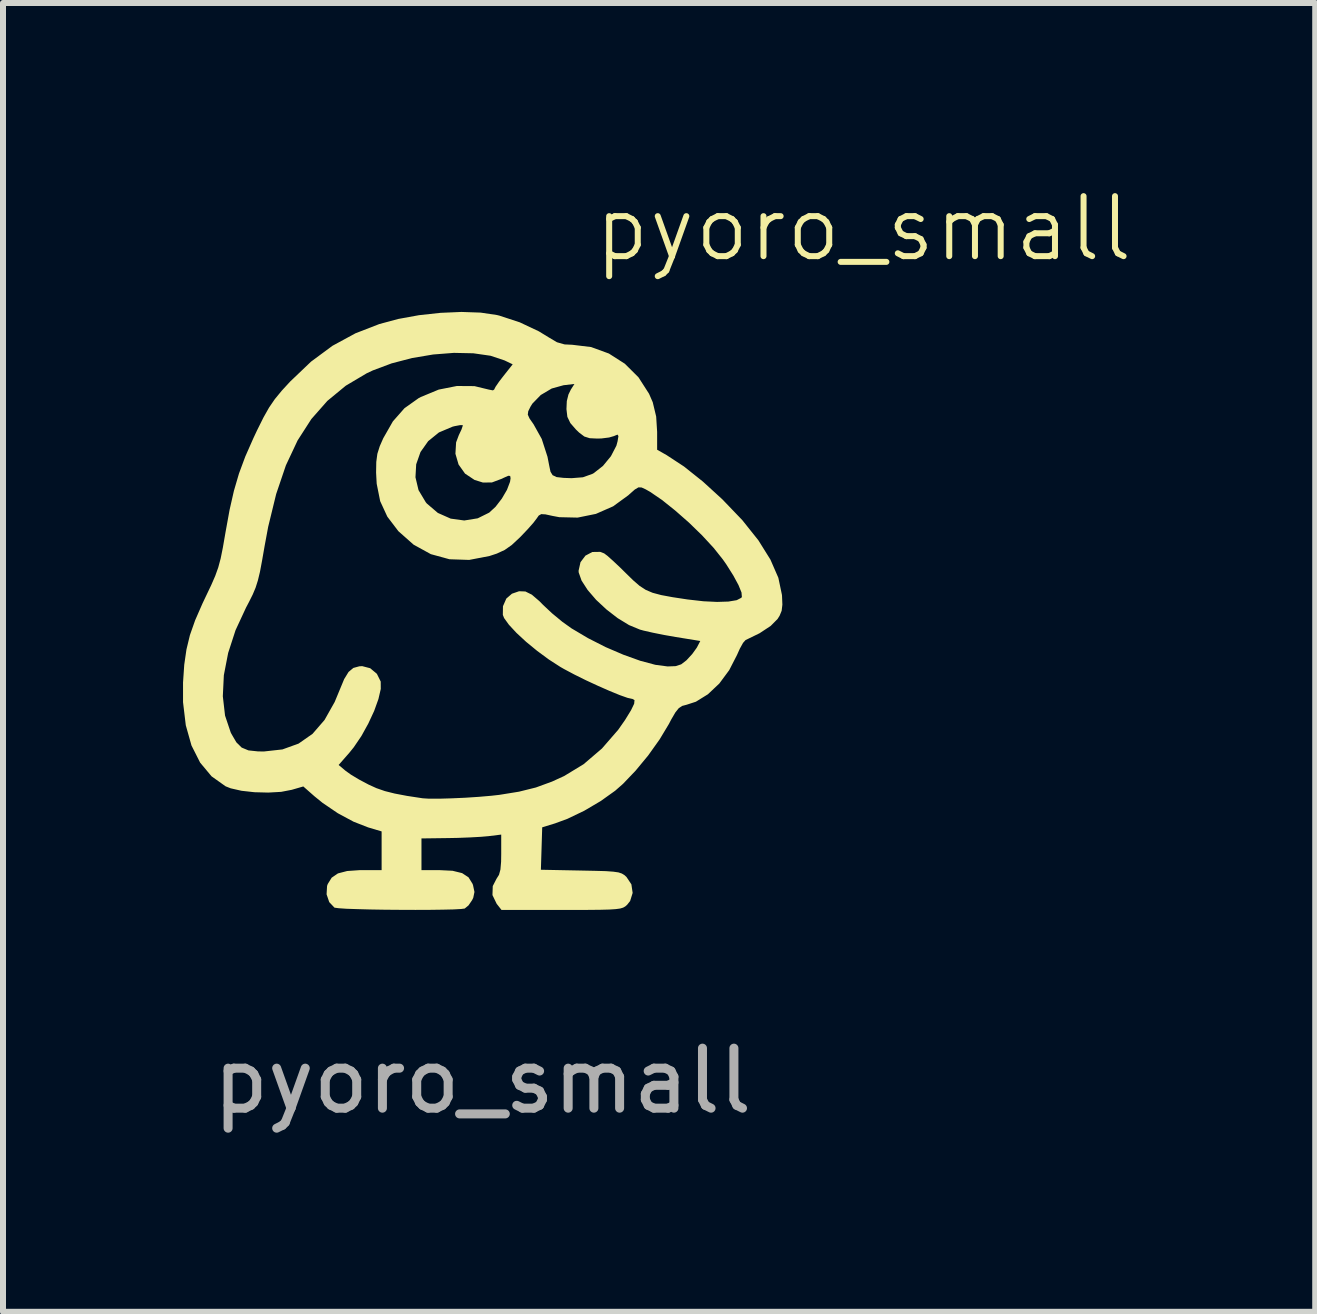
<source format=kicad_pcb>
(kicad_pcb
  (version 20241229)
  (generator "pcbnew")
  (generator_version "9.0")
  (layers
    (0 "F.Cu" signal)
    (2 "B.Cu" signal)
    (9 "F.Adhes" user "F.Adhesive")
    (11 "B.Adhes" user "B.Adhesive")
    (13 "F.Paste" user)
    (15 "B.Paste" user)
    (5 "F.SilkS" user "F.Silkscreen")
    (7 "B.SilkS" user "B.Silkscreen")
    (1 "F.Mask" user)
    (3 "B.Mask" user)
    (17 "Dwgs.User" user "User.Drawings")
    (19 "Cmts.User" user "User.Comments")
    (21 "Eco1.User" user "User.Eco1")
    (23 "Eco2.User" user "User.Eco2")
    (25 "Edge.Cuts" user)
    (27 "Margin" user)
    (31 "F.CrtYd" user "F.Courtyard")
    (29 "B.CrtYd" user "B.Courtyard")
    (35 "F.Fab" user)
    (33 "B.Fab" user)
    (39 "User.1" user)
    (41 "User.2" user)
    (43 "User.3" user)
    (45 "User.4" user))
  (footprint "pyoro_small"
    (layer "F.Cu")
    (at 4.989 7.111)
    (property "Reference" "pyoro_small" (at 6.35 -6.35 0) (unlocked yes) (layer "F.SilkS") (effects (font (size 1 1) (thickness 0.1))))
    (attr smd)
    (fp_poly (pts (xy -0.031 -4.952) (xy 0.24 -4.912) (xy 0.281 -4.902) (xy 0.622 -4.79) (xy 0.94 -4.64) (xy 1.11 -4.536) (xy 1.242 -4.458) (xy 1.368 -4.422) (xy 1.496 -4.416) (xy 1.811 -4.378) (xy 2.107 -4.27) (xy 2.373 -4.1) (xy 2.6 -3.874) (xy 2.776 -3.6) (xy 2.838 -3.458) (xy 2.895 -3.22) (xy 2.911 -2.965) (xy 2.911 -2.667) (xy 3.068 -2.578) (xy 3.358 -2.388) (xy 3.674 -2.136) (xy 3.997 -1.841) (xy 4.33 -1.494) (xy 4.598 -1.158) (xy 4.799 -0.836) (xy 4.931 -0.533) (xy 4.99 -0.252) (xy 4.992 -0.234) (xy 4.998 -0.085) (xy 4.986 0.016) (xy 4.952 0.099) (xy 4.918 0.153) (xy 4.803 0.269) (xy 4.618 0.391) (xy 4.384 0.505) (xy 4.343 0.551) (xy 4.289 0.648) (xy 4.242 0.753) (xy 4.112 1.006) (xy 3.947 1.229) (xy 3.757 1.408) (xy 3.557 1.532) (xy 3.4 1.583) (xy 3.328 1.602) (xy 3.272 1.639) (xy 3.215 1.71) (xy 3.145 1.83) (xy 3.107 1.903) (xy 2.953 2.159) (xy 2.763 2.426) (xy 2.553 2.68) (xy 2.343 2.9) (xy 2.212 3.015) (xy 1.971 3.187) (xy 1.696 3.349) (xy 1.417 3.483) (xy 1.211 3.559) (xy 0.996 3.625) (xy 0.985 3.979) (xy 0.974 4.332) (xy 1.637 4.345) (xy 1.88 4.35) (xy 2.057 4.355) (xy 2.181 4.364) (xy 2.266 4.376) (xy 2.323 4.395) (xy 2.366 4.421) (xy 2.4 4.452) (xy 2.482 4.575) (xy 2.503 4.718) (xy 2.461 4.853) (xy 2.41 4.917) (xy 2.38 4.943) (xy 2.345 4.963) (xy 2.295 4.978) (xy 2.221 4.988) (xy 2.113 4.995) (xy 1.961 4.999) (xy 1.755 5.001) (xy 1.486 5.002) (xy 1.319 5.002) (xy 0.318 5.002) (xy 0.237 4.899) (xy 0.167 4.754) (xy 0.172 4.604) (xy 0.234 4.483) (xy 0.276 4.416) (xy 0.3 4.328) (xy 0.311 4.2) (xy 0.313 4.065) (xy 0.313 3.746) (xy 0.102 3.772) (xy -0.025 3.783) (xy -0.204 3.793) (xy -0.408 3.801) (xy -0.562 3.804) (xy -1.016 3.81) (xy -1.016 4.074) (xy -1.016 4.338) (xy -0.721 4.338) (xy -0.498 4.349) (xy -0.339 4.388) (xy -0.232 4.458) (xy -0.165 4.566) (xy -0.157 4.588) (xy -0.133 4.702) (xy -0.153 4.799) (xy -0.172 4.838) (xy -0.232 4.926) (xy -0.294 4.977) (xy -0.295 4.978) (xy -0.356 4.986) (xy -0.482 4.993) (xy -0.659 4.997) (xy -0.875 5) (xy -1.116 5.001) (xy -1.371 5) (xy -1.626 4.998) (xy -1.869 4.994) (xy -2.086 4.988) (xy -2.266 4.982) (xy -2.396 4.973) (xy -2.462 4.964) (xy -2.466 4.963) (xy -2.553 4.871) (xy -2.597 4.741) (xy -2.589 4.602) (xy -2.578 4.57) (xy -2.512 4.464) (xy -2.408 4.393) (xy -2.254 4.353) (xy -2.039 4.338) (xy -1.995 4.338) (xy -1.68 4.338) (xy -1.68 4.015) (xy -1.68 3.693) (xy -1.905 3.626) (xy -2.148 3.531) (xy -2.41 3.39) (xy -2.662 3.219) (xy -2.8 3.107) (xy -2.985 2.944) (xy -3.178 3) (xy -3.355 3.034) (xy -3.57 3.046) (xy -3.799 3.04) (xy -4.015 3.016) (xy -4.195 2.975) (xy -4.279 2.942) (xy -4.514 2.775) (xy -4.704 2.547) (xy -4.848 2.262) (xy -4.943 1.925) (xy -4.989 1.54) (xy -4.989 1.441) (xy -4.326 1.441) (xy -4.289 1.763) (xy -4.195 2.043) (xy -4.182 2.069) (xy -4.1 2.209) (xy -4.012 2.296) (xy -3.899 2.343) (xy -3.739 2.36) (xy -3.64 2.361) (xy -3.333 2.327) (xy -3.064 2.23) (xy -2.831 2.067) (xy -2.631 1.836) (xy -2.462 1.536) (xy -2.38 1.338) (xy -2.304 1.155) (xy -2.231 1.036) (xy -2.151 0.969) (xy -2.052 0.942) (xy -2.004 0.939) (xy -1.87 0.974) (xy -1.759 1.067) (xy -1.695 1.196) (xy -1.694 1.319) (xy -1.733 1.487) (xy -1.804 1.685) (xy -1.902 1.896) (xy -2.017 2.104) (xy -2.144 2.291) (xy -2.215 2.379) (xy -2.396 2.586) (xy -2.282 2.682) (xy -2.19 2.748) (xy -2.055 2.829) (xy -1.906 2.908) (xy -1.903 2.91) (xy -1.767 2.972) (xy -1.626 3.021) (xy -1.463 3.062) (xy -1.258 3.101) (xy -0.996 3.141) (xy -0.888 3.148) (xy -0.721 3.148) (xy -0.515 3.142) (xy -0.289 3.132) (xy -0.061 3.117) (xy 0.148 3.099) (xy 0.281 3.084) (xy 0.609 3.031) (xy 0.891 2.961) (xy 1.159 2.863) (xy 1.362 2.77) (xy 1.686 2.573) (xy 1.991 2.312) (xy 2.262 2) (xy 2.376 1.837) (xy 2.476 1.674) (xy 2.528 1.566) (xy 2.534 1.505) (xy 2.498 1.485) (xy 2.496 1.485) (xy 2.419 1.468) (xy 2.289 1.422) (xy 2.12 1.353) (xy 1.927 1.268) (xy 1.726 1.175) (xy 1.532 1.079) (xy 1.361 0.988) (xy 1.298 0.952) (xy 1.106 0.828) (xy 0.912 0.685) (xy 0.728 0.534) (xy 0.567 0.385) (xy 0.441 0.249) (xy 0.361 0.138) (xy 0.34 0.085) (xy 0.342 -0.059) (xy 0.398 -0.187) (xy 0.492 -0.268) (xy 0.611 -0.309) (xy 0.716 -0.305) (xy 0.823 -0.252) (xy 0.949 -0.144) (xy 1.009 -0.083) (xy 1.158 0.057) (xy 1.331 0.2) (xy 1.485 0.31) (xy 1.76 0.473) (xy 2.053 0.622) (xy 2.349 0.749) (xy 2.63 0.85) (xy 2.881 0.917) (xy 3.085 0.944) (xy 3.088 0.944) (xy 3.221 0.939) (xy 3.312 0.909) (xy 3.399 0.842) (xy 3.405 0.836) (xy 3.496 0.737) (xy 3.568 0.637) (xy 3.577 0.622) (xy 3.63 0.52) (xy 3.224 0.454) (xy 3.029 0.42) (xy 2.84 0.382) (xy 2.686 0.347) (xy 2.624 0.33) (xy 2.443 0.255) (xy 2.253 0.139) (xy 2.067 -0.005) (xy 1.895 -0.165) (xy 1.753 -0.33) (xy 1.652 -0.486) (xy 1.604 -0.622) (xy 1.602 -0.65) (xy 1.634 -0.793) (xy 1.716 -0.902) (xy 1.831 -0.963) (xy 1.962 -0.965) (xy 2.028 -0.94) (xy 2.084 -0.898) (xy 2.179 -0.813) (xy 2.299 -0.7) (xy 2.388 -0.612) (xy 2.513 -0.49) (xy 2.618 -0.399) (xy 2.721 -0.332) (xy 2.836 -0.283) (xy 2.979 -0.245) (xy 3.168 -0.21) (xy 3.418 -0.172) (xy 3.427 -0.171) (xy 3.682 -0.142) (xy 3.91 -0.131) (xy 4.099 -0.137) (xy 4.237 -0.16) (xy 4.314 -0.2) (xy 4.323 -0.214) (xy 4.317 -0.288) (xy 4.267 -0.411) (xy 4.18 -0.572) (xy 4.062 -0.759) (xy 4.005 -0.84) (xy 3.853 -1.031) (xy 3.66 -1.24) (xy 3.441 -1.453) (xy 3.212 -1.654) (xy 2.992 -1.83) (xy 2.794 -1.965) (xy 2.718 -2.008) (xy 2.652 -2.038) (xy 2.6 -2.04) (xy 2.539 -2.004) (xy 2.448 -1.924) (xy 2.432 -1.909) (xy 2.178 -1.724) (xy 1.891 -1.598) (xy 1.586 -1.536) (xy 1.281 -1.543) (xy 1.169 -1.564) (xy 1.049 -1.59) (xy 0.98 -1.594) (xy 0.938 -1.57) (xy 0.903 -1.52) (xy 0.848 -1.448) (xy 0.754 -1.342) (xy 0.642 -1.224) (xy 0.622 -1.204) (xy 0.488 -1.079) (xy 0.371 -0.997) (xy 0.239 -0.936) (xy 0.117 -0.896) (xy -0.221 -0.831) (xy -0.549 -0.842) (xy -0.86 -0.927) (xy -1.147 -1.085) (xy -1.401 -1.31) (xy -1.585 -1.552) (xy -1.704 -1.81) (xy -1.762 -2.1) (xy -1.768 -2.208) (xy -1.116 -2.208) (xy -1.065 -1.994) (xy -0.945 -1.793) (xy -0.927 -1.771) (xy -0.743 -1.614) (xy -0.529 -1.519) (xy -0.303 -1.488) (xy -0.079 -1.524) (xy 0.113 -1.619) (xy 0.219 -1.717) (xy 0.323 -1.852) (xy 0.409 -1.999) (xy 0.46 -2.133) (xy 0.469 -2.192) (xy 0.462 -2.23) (xy 0.431 -2.233) (xy 0.354 -2.199) (xy 0.324 -2.184) (xy 0.159 -2.122) (xy 0.009 -2.12) (xy -0.132 -2.164) (xy -0.29 -2.269) (xy -0.398 -2.421) (xy -0.45 -2.6) (xy -0.439 -2.789) (xy -0.394 -2.909) (xy -0.349 -3.004) (xy -0.328 -3.067) (xy -0.329 -3.077) (xy -0.372 -3.077) (xy -0.463 -3.06) (xy -0.498 -3.051) (xy -0.725 -2.955) (xy -0.904 -2.81) (xy -1.032 -2.629) (xy -1.104 -2.424) (xy -1.116 -2.208) (xy -1.768 -2.208) (xy -1.772 -2.287) (xy -1.769 -2.464) (xy -1.751 -2.599) (xy -1.711 -2.726) (xy -1.653 -2.858) (xy -1.492 -3.14) (xy -1.394 -3.251) (xy 0.756 -3.251) (xy 0.785 -3.187) (xy 0.852 -3.091) (xy 0.988 -2.847) (xy 1.084 -2.55) (xy 1.114 -2.396) (xy 1.134 -2.301) (xy 1.169 -2.243) (xy 1.236 -2.211) (xy 1.351 -2.198) (xy 1.485 -2.193) (xy 1.674 -2.208) (xy 1.831 -2.264) (xy 1.855 -2.277) (xy 2.008 -2.397) (xy 2.141 -2.559) (xy 2.232 -2.734) (xy 2.252 -2.808) (xy 2.266 -2.894) (xy 2.252 -2.919) (xy 2.201 -2.899) (xy 2.197 -2.896) (xy 2.111 -2.871) (xy 1.984 -2.855) (xy 1.913 -2.853) (xy 1.787 -2.859) (xy 1.698 -2.887) (xy 1.612 -2.952) (xy 1.558 -3.004) (xy 1.465 -3.111) (xy 1.415 -3.215) (xy 1.4 -3.344) (xy 1.406 -3.478) (xy 1.433 -3.587) (xy 1.473 -3.669) (xy 1.533 -3.763) (xy 1.352 -3.742) (xy 1.154 -3.687) (xy 0.972 -3.579) (xy 0.832 -3.435) (xy 0.801 -3.385) (xy 0.763 -3.308) (xy 0.756 -3.251) (xy -1.394 -3.251) (xy -1.299 -3.359) (xy -1.061 -3.528) (xy -1.026 -3.546) (xy -0.729 -3.669) (xy -0.426 -3.729) (xy -0.133 -3.727) (xy 0.107 -3.669) (xy 0.174 -3.656) (xy 0.195 -3.669) (xy 0.218 -3.715) (xy 0.277 -3.801) (xy 0.35 -3.896) (xy 0.504 -4.09) (xy 0.369 -4.155) (xy 0.135 -4.233) (xy -0.152 -4.274) (xy -0.476 -4.281) (xy -0.821 -4.254) (xy -1.172 -4.195) (xy -1.513 -4.106) (xy -1.828 -3.988) (xy -1.928 -3.941) (xy -2.277 -3.734) (xy -2.584 -3.481) (xy -2.851 -3.178) (xy -3.08 -2.822) (xy -3.275 -2.407) (xy -3.437 -1.929) (xy -3.57 -1.384) (xy -3.629 -1.066) (xy -3.672 -0.82) (xy -3.707 -0.633) (xy -3.742 -0.488) (xy -3.78 -0.368) (xy -3.828 -0.254) (xy -3.89 -0.13) (xy -3.939 -0.037) (xy -4.114 0.34) (xy -4.237 0.719) (xy -4.309 1.09) (xy -4.326 1.441) (xy -4.989 1.441) (xy -4.989 1.211) (xy -4.969 0.916) (xy -4.932 0.661) (xy -4.874 0.421) (xy -4.787 0.174) (xy -4.665 -0.105) (xy -4.61 -0.221) (xy -4.519 -0.412) (xy -4.452 -0.566) (xy -4.402 -0.706) (xy -4.362 -0.855) (xy -4.326 -1.033) (xy -4.286 -1.264) (xy -4.28 -1.298) (xy -4.213 -1.667) (xy -4.141 -1.983) (xy -4.057 -2.27) (xy -3.952 -2.553) (xy -3.818 -2.857) (xy -3.756 -2.989) (xy -3.649 -3.204) (xy -3.556 -3.369) (xy -3.459 -3.511) (xy -3.343 -3.652) (xy -3.203 -3.804) (xy -2.856 -4.135) (xy -2.499 -4.399) (xy -2.116 -4.607) (xy -1.719 -4.761) (xy -1.403 -4.846) (xy -1.057 -4.909) (xy -0.699 -4.948) (xy -0.35 -4.963)) (stroke (width 0) (type solid)) (fill yes) (layer "F.SilkS"))
    (fp_text user "${REFERENCE}" (at 0 7.85 0) (unlocked yes) (layer "F.Fab") (effects (font (size 1 1) (thickness 0.15)))))
  (gr_rect
    (start -3 -3)
    (end 18.866 18.809)
    (stroke (width 0.1) (type default))
    (fill no)
    (layer "Edge.Cuts")))
</source>
